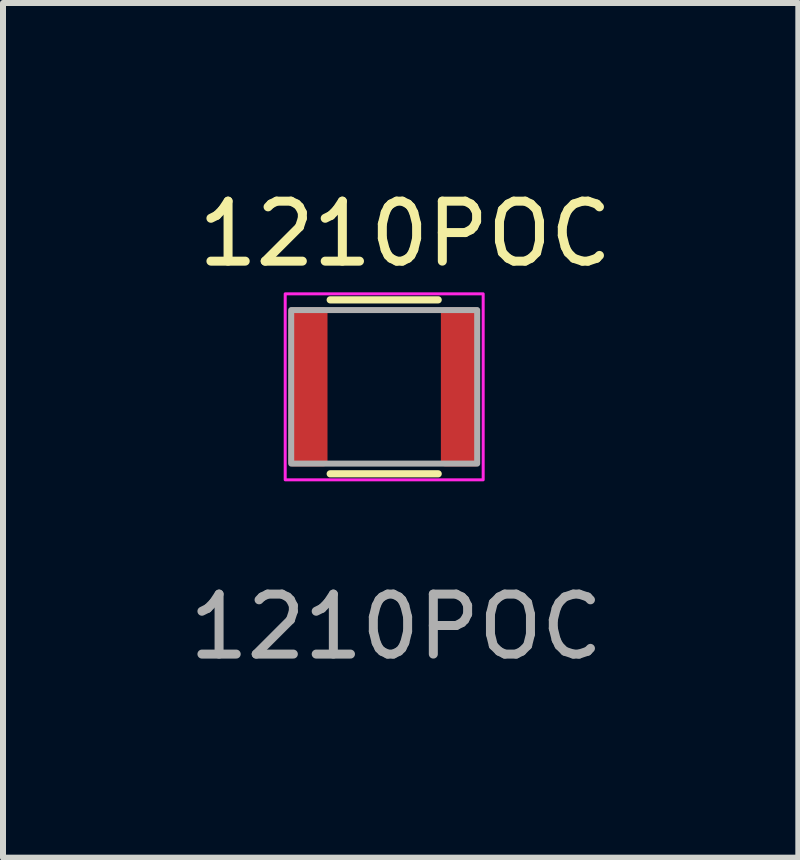
<source format=kicad_pcb>
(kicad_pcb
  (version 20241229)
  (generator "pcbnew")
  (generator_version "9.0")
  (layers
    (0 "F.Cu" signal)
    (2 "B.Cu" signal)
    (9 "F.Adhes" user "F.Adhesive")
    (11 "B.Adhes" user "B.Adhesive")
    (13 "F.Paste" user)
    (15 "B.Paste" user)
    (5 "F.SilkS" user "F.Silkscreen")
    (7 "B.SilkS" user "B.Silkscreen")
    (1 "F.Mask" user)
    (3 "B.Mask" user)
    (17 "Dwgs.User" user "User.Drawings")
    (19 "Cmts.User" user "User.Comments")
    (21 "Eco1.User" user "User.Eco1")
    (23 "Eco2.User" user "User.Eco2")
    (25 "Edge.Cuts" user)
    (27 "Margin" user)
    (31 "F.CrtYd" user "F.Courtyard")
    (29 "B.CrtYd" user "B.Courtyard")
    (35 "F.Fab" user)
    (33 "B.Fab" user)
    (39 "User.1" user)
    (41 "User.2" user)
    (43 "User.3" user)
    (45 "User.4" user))
  (footprint "1210POC"
    (layer "F.Cu")
    (at 3.354 3.398)
    (property "Reference" "1210POC" (at 0.35 -2.55 0) (unlocked yes) (layer "F.SilkS") (effects (font (size 1 1) (thickness 0.15))))
    (attr smd)
    (fp_line (start -0.9 -1.45) (end 0.9 -1.45) (stroke (width 0.12) (type solid)) (layer "F.SilkS"))
    (fp_line (start -0.9 1.45) (end 0.9 1.45) (stroke (width 0.12) (type solid)) (layer "F.SilkS"))
    (fp_rect (start -1.65 -1.55) (end 1.65 1.55) (stroke (width 0.05) (type solid)) (fill no) (layer "F.CrtYd"))
    (fp_rect (start 1.55 1.28) (end -1.55 -1.28) (stroke (width 0.1) (type solid)) (fill no) (layer "F.Fab"))
    (fp_text user "${REFERENCE}" (at 0.2 4 0) (unlocked yes) (layer "F.Fab") (effects (font (size 1 1) (thickness 0.15))))
    (pad "1" smd roundrect (at -1.27 0) (size 0.65 2.65) (layers "F.Cu" "F.Mask" "F.Paste") (roundrect_rratio 0.1))
    (pad "2" smd roundrect (at 1.27 0) (size 0.65 2.65) (layers "F.Cu" "F.Mask" "F.Paste") (roundrect_rratio 0.1)))
  (gr_rect
    (start -3 -3)
    (end 10.257 11.246)
    (stroke (width 0.1) (type default))
    (fill no)
    (layer "Edge.Cuts")))
</source>
